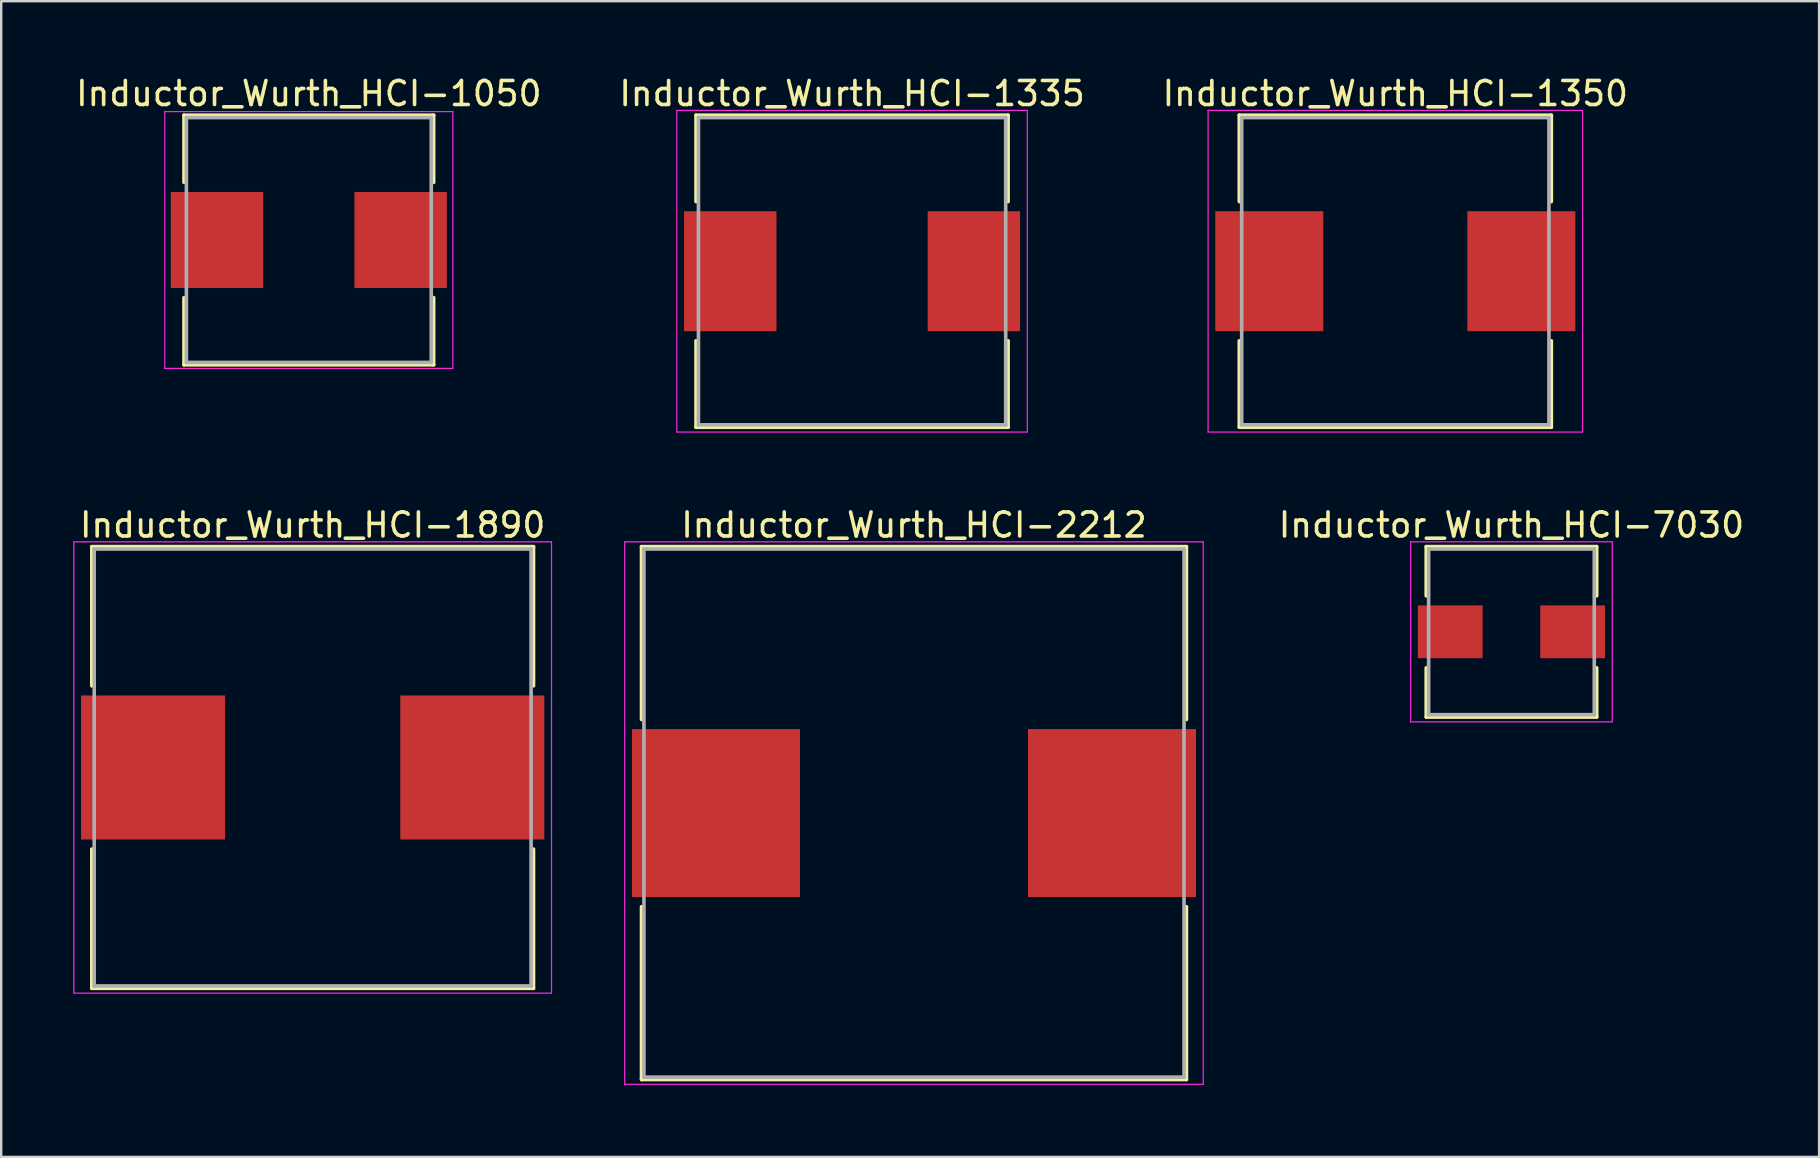
<source format=kicad_pcb>
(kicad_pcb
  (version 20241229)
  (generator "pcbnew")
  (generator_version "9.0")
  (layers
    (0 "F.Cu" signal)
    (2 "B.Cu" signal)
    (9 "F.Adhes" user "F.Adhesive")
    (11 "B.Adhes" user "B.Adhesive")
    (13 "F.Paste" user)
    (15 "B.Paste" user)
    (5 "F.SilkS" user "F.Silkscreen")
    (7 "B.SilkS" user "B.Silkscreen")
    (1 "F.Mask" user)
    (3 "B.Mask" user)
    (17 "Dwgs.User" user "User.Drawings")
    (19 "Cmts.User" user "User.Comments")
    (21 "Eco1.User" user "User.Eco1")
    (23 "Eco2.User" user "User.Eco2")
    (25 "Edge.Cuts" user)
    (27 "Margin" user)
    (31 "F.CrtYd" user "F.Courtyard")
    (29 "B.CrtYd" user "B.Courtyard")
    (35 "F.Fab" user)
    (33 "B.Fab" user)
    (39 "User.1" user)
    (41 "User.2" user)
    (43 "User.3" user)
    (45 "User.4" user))
  (footprint "Inductor_Wurth_HCI-7030"
    (layer "F.Cu")
    (at 59.915 23.271)
    (property "Reference" "Inductor_Wurth_HCI-7030" (at 0 -4.45 0) (layer "F.SilkS") (effects (font (size 1 1) (thickness 0.15))))
    (attr smd)
    (fp_line (start -3.55 -3.55) (end 3.55 -3.55) (stroke (width 0.15) (type solid)) (layer "F.SilkS"))
    (fp_line (start -3.55 -1.5) (end -3.55 -3.55) (stroke (width 0.15) (type solid)) (layer "F.SilkS"))
    (fp_line (start -3.55 1.5) (end -3.55 3.55) (stroke (width 0.15) (type solid)) (layer "F.SilkS"))
    (fp_line (start -3.55 3.55) (end 3.55 3.55) (stroke (width 0.15) (type solid)) (layer "F.SilkS"))
    (fp_line (start 3.55 -3.55) (end 3.55 -1.5) (stroke (width 0.15) (type solid)) (layer "F.SilkS"))
    (fp_line (start 3.55 3.55) (end 3.55 1.5) (stroke (width 0.15) (type solid)) (layer "F.SilkS"))
    (fp_line (start -4.2 -3.75) (end -4.2 3.75) (stroke (width 0.05) (type solid)) (layer "F.CrtYd"))
    (fp_line (start -4.2 3.75) (end 4.2 3.75) (stroke (width 0.05) (type solid)) (layer "F.CrtYd"))
    (fp_line (start 4.2 -3.75) (end -4.2 -3.75) (stroke (width 0.05) (type solid)) (layer "F.CrtYd"))
    (fp_line (start 4.2 3.75) (end 4.2 -3.75) (stroke (width 0.05) (type solid)) (layer "F.CrtYd"))
    (fp_line (start -3.45 -3.45) (end -3.45 3.45) (stroke (width 0.15) (type solid)) (layer "F.Fab"))
    (fp_line (start -3.45 3.45) (end 3.45 3.45) (stroke (width 0.15) (type solid)) (layer "F.Fab"))
    (fp_line (start 3.45 -3.45) (end -3.45 -3.45) (stroke (width 0.15) (type solid)) (layer "F.Fab"))
    (fp_line (start 3.45 3.45) (end 3.45 -3.45) (stroke (width 0.15) (type solid)) (layer "F.Fab"))
    (pad "1" smd rect (at -2.55 0) (size 2.7 2.2) (layers "F.Cu" "F.Mask" "F.Paste"))
    (pad "2" smd rect (at 2.55 0) (size 2.7 2.2) (layers "F.Cu" "F.Mask" "F.Paste")))
  (footprint "Inductor_Wurth_HCI-2212"
    (layer "F.Cu")
    (at 35.025 30.822)
    (property "Reference" "Inductor_Wurth_HCI-2212" (at 0 -12 0) (layer "F.SilkS") (effects (font (size 1 1) (thickness 0.15))))
    (attr smd)
    (fp_line (start -11.35 -11.1) (end 11.35 -11.1) (stroke (width 0.15) (type solid)) (layer "F.SilkS"))
    (fp_line (start -11.35 -3.9) (end -11.35 -11.1) (stroke (width 0.15) (type solid)) (layer "F.SilkS"))
    (fp_line (start -11.35 3.9) (end -11.35 11.1) (stroke (width 0.15) (type solid)) (layer "F.SilkS"))
    (fp_line (start -11.35 11.1) (end 11.35 11.1) (stroke (width 0.15) (type solid)) (layer "F.SilkS"))
    (fp_line (start 11.35 -11.1) (end 11.35 -3.9) (stroke (width 0.15) (type solid)) (layer "F.SilkS"))
    (fp_line (start 11.35 11.1) (end 11.35 3.9) (stroke (width 0.15) (type solid)) (layer "F.SilkS"))
    (fp_line (start -12.05 -11.3) (end -12.05 11.3) (stroke (width 0.05) (type solid)) (layer "F.CrtYd"))
    (fp_line (start -12.05 11.3) (end 12.05 11.3) (stroke (width 0.05) (type solid)) (layer "F.CrtYd"))
    (fp_line (start 12.05 -11.3) (end -12.05 -11.3) (stroke (width 0.05) (type solid)) (layer "F.CrtYd"))
    (fp_line (start 12.05 11.3) (end 12.05 -11.3) (stroke (width 0.05) (type solid)) (layer "F.CrtYd"))
    (fp_line (start -11.25 -11) (end -11.25 11) (stroke (width 0.15) (type solid)) (layer "F.Fab"))
    (fp_line (start -11.25 11) (end 11.25 11) (stroke (width 0.15) (type solid)) (layer "F.Fab"))
    (fp_line (start 11.25 -11) (end -11.25 -11) (stroke (width 0.15) (type solid)) (layer "F.Fab"))
    (fp_line (start 11.25 11) (end 11.25 -11) (stroke (width 0.15) (type solid)) (layer "F.Fab"))
    (pad "1" smd rect (at -8.25 0) (size 7 7) (layers "F.Cu" "F.Mask" "F.Paste"))
    (pad "2" smd rect (at 8.25 0) (size 7 7) (layers "F.Cu" "F.Mask" "F.Paste")))
  (footprint "Inductor_Wurth_HCI-1050"
    (layer "F.Cu")
    (at 9.815 6.948)
    (property "Reference" "Inductor_Wurth_HCI-1050" (at 0 -6.1 0) (layer "F.SilkS") (effects (font (size 1 1) (thickness 0.15))))
    (attr smd)
    (fp_line (start -5.2 -5.2) (end 5.2 -5.2) (stroke (width 0.15) (type solid)) (layer "F.SilkS"))
    (fp_line (start -5.2 -2.4) (end -5.2 -5.2) (stroke (width 0.15) (type solid)) (layer "F.SilkS"))
    (fp_line (start -5.2 2.4) (end -5.2 5.2) (stroke (width 0.15) (type solid)) (layer "F.SilkS"))
    (fp_line (start -5.2 5.2) (end 5.2 5.2) (stroke (width 0.15) (type solid)) (layer "F.SilkS"))
    (fp_line (start 5.2 -5.2) (end 5.2 -2.4) (stroke (width 0.15) (type solid)) (layer "F.SilkS"))
    (fp_line (start 5.2 5.2) (end 5.2 2.4) (stroke (width 0.15) (type solid)) (layer "F.SilkS"))
    (fp_line (start -6 -5.35) (end -6 5.35) (stroke (width 0.05) (type solid)) (layer "F.CrtYd"))
    (fp_line (start -6 5.35) (end 6 5.35) (stroke (width 0.05) (type solid)) (layer "F.CrtYd"))
    (fp_line (start 6 -5.35) (end -6 -5.35) (stroke (width 0.05) (type solid)) (layer "F.CrtYd"))
    (fp_line (start 6 5.35) (end 6 -5.35) (stroke (width 0.05) (type solid)) (layer "F.CrtYd"))
    (fp_line (start -5.1 -5.1) (end -5.1 5.1) (stroke (width 0.15) (type solid)) (layer "F.Fab"))
    (fp_line (start -5.1 5.1) (end 5.1 5.1) (stroke (width 0.15) (type solid)) (layer "F.Fab"))
    (fp_line (start 5.1 -5.1) (end -5.1 -5.1) (stroke (width 0.15) (type solid)) (layer "F.Fab"))
    (fp_line (start 5.1 5.1) (end 5.1 -5.1) (stroke (width 0.15) (type solid)) (layer "F.Fab"))
    (pad "1" smd rect (at -3.825 0) (size 3.85 4) (layers "F.Cu" "F.Mask" "F.Paste"))
    (pad "2" smd rect (at 3.825 0) (size 3.85 4) (layers "F.Cu" "F.Mask" "F.Paste")))
  (footprint "Inductor_Wurth_HCI-1335"
    (layer "F.Cu")
    (at 32.446 8.248)
    (property "Reference" "Inductor_Wurth_HCI-1335" (at 0 -7.4 0) (layer "F.SilkS") (effects (font (size 1 1) (thickness 0.15))))
    (attr smd)
    (fp_line (start -6.5 -6.5) (end 6.5 -6.5) (stroke (width 0.15) (type solid)) (layer "F.SilkS"))
    (fp_line (start -6.5 -2.9) (end -6.5 -6.5) (stroke (width 0.15) (type solid)) (layer "F.SilkS"))
    (fp_line (start -6.5 2.9) (end -6.5 6.5) (stroke (width 0.15) (type solid)) (layer "F.SilkS"))
    (fp_line (start -6.5 6.5) (end 6.5 6.5) (stroke (width 0.15) (type solid)) (layer "F.SilkS"))
    (fp_line (start 6.5 -6.5) (end 6.5 -2.9) (stroke (width 0.15) (type solid)) (layer "F.SilkS"))
    (fp_line (start 6.5 6.5) (end 6.5 2.9) (stroke (width 0.15) (type solid)) (layer "F.SilkS"))
    (fp_line (start -7.3 -6.7) (end -7.3 6.7) (stroke (width 0.05) (type solid)) (layer "F.CrtYd"))
    (fp_line (start -7.3 6.7) (end 7.3 6.7) (stroke (width 0.05) (type solid)) (layer "F.CrtYd"))
    (fp_line (start 7.3 -6.7) (end -7.3 -6.7) (stroke (width 0.05) (type solid)) (layer "F.CrtYd"))
    (fp_line (start 7.3 6.7) (end 7.3 -6.7) (stroke (width 0.05) (type solid)) (layer "F.CrtYd"))
    (fp_line (start -6.4 -6.4) (end -6.4 6.4) (stroke (width 0.15) (type solid)) (layer "F.Fab"))
    (fp_line (start -6.4 6.4) (end 6.4 6.4) (stroke (width 0.15) (type solid)) (layer "F.Fab"))
    (fp_line (start 6.4 -6.4) (end -6.4 -6.4) (stroke (width 0.15) (type solid)) (layer "F.Fab"))
    (fp_line (start 6.4 6.4) (end 6.4 -6.4) (stroke (width 0.15) (type solid)) (layer "F.Fab"))
    (pad "1" smd rect (at -5.075 0) (size 3.85 5) (layers "F.Cu" "F.Mask" "F.Paste"))
    (pad "2" smd rect (at 5.075 0) (size 3.85 5) (layers "F.Cu" "F.Mask" "F.Paste")))
  (footprint "Inductor_Wurth_HCI-1890"
    (layer "F.Cu")
    (at 9.975 28.922)
    (property "Reference" "Inductor_Wurth_HCI-1890" (at 0 -10.1 0) (layer "F.SilkS") (effects (font (size 1 1) (thickness 0.15))))
    (attr smd)
    (fp_line (start -9.2 -9.2) (end 9.2 -9.2) (stroke (width 0.15) (type solid)) (layer "F.SilkS"))
    (fp_line (start -9.2 -3.4) (end -9.2 -9.2) (stroke (width 0.15) (type solid)) (layer "F.SilkS"))
    (fp_line (start -9.2 3.4) (end -9.2 9.2) (stroke (width 0.15) (type solid)) (layer "F.SilkS"))
    (fp_line (start -9.2 9.2) (end 9.2 9.2) (stroke (width 0.15) (type solid)) (layer "F.SilkS"))
    (fp_line (start 9.2 -9.2) (end 9.2 -3.4) (stroke (width 0.15) (type solid)) (layer "F.SilkS"))
    (fp_line (start 9.2 9.2) (end 9.2 3.4) (stroke (width 0.15) (type solid)) (layer "F.SilkS"))
    (fp_line (start -9.95 -9.4) (end -9.95 9.4) (stroke (width 0.05) (type solid)) (layer "F.CrtYd"))
    (fp_line (start -9.95 9.4) (end 9.95 9.4) (stroke (width 0.05) (type solid)) (layer "F.CrtYd"))
    (fp_line (start 9.95 -9.4) (end -9.95 -9.4) (stroke (width 0.05) (type solid)) (layer "F.CrtYd"))
    (fp_line (start 9.95 9.4) (end 9.95 -9.4) (stroke (width 0.05) (type solid)) (layer "F.CrtYd"))
    (fp_line (start -9.1 -9.1) (end -9.1 9.1) (stroke (width 0.15) (type solid)) (layer "F.Fab"))
    (fp_line (start -9.1 9.1) (end 9.1 9.1) (stroke (width 0.15) (type solid)) (layer "F.Fab"))
    (fp_line (start 9.1 -9.1) (end -9.1 -9.1) (stroke (width 0.15) (type solid)) (layer "F.Fab"))
    (fp_line (start 9.1 9.1) (end 9.1 -9.1) (stroke (width 0.15) (type solid)) (layer "F.Fab"))
    (pad "1" smd rect (at -6.65 0) (size 6 6) (layers "F.Cu" "F.Mask" "F.Paste"))
    (pad "2" smd rect (at 6.65 0) (size 6 6) (layers "F.Cu" "F.Mask" "F.Paste")))
  (footprint "Inductor_Wurth_HCI-1350"
    (layer "F.Cu")
    (at 55.077 8.248)
    (property "Reference" "Inductor_Wurth_HCI-1350" (at 0 -7.4 0) (layer "F.SilkS") (effects (font (size 1 1) (thickness 0.15))))
    (attr smd)
    (fp_line (start -6.5 -6.5) (end 6.5 -6.5) (stroke (width 0.15) (type solid)) (layer "F.SilkS"))
    (fp_line (start -6.5 -2.9) (end -6.5 -6.5) (stroke (width 0.15) (type solid)) (layer "F.SilkS"))
    (fp_line (start -6.5 2.9) (end -6.5 6.5) (stroke (width 0.15) (type solid)) (layer "F.SilkS"))
    (fp_line (start -6.5 6.5) (end 6.5 6.5) (stroke (width 0.15) (type solid)) (layer "F.SilkS"))
    (fp_line (start 6.5 -6.5) (end 6.5 -2.9) (stroke (width 0.15) (type solid)) (layer "F.SilkS"))
    (fp_line (start 6.5 6.5) (end 6.5 2.9) (stroke (width 0.15) (type solid)) (layer "F.SilkS"))
    (fp_line (start -7.8 -6.7) (end -7.8 6.7) (stroke (width 0.05) (type solid)) (layer "F.CrtYd"))
    (fp_line (start -7.8 6.7) (end 7.8 6.7) (stroke (width 0.05) (type solid)) (layer "F.CrtYd"))
    (fp_line (start 7.8 -6.7) (end -7.8 -6.7) (stroke (width 0.05) (type solid)) (layer "F.CrtYd"))
    (fp_line (start 7.8 6.7) (end 7.8 -6.7) (stroke (width 0.05) (type solid)) (layer "F.CrtYd"))
    (fp_line (start -6.4 -6.4) (end -6.4 6.4) (stroke (width 0.15) (type solid)) (layer "F.Fab"))
    (fp_line (start -6.4 6.4) (end 6.4 6.4) (stroke (width 0.15) (type solid)) (layer "F.Fab"))
    (fp_line (start 6.4 -6.4) (end -6.4 -6.4) (stroke (width 0.15) (type solid)) (layer "F.Fab"))
    (fp_line (start 6.4 6.4) (end 6.4 -6.4) (stroke (width 0.15) (type solid)) (layer "F.Fab"))
    (pad "1" smd rect (at -5.25 0) (size 4.5 5) (layers "F.Cu" "F.Mask" "F.Paste"))
    (pad "2" smd rect (at 5.25 0) (size 4.5 5) (layers "F.Cu" "F.Mask" "F.Paste")))
  (gr_rect
    (start -3 -3)
    (end 72.731 45.147)
    (stroke (width 0.1) (type default))
    (fill no)
    (layer "Edge.Cuts")))
</source>
